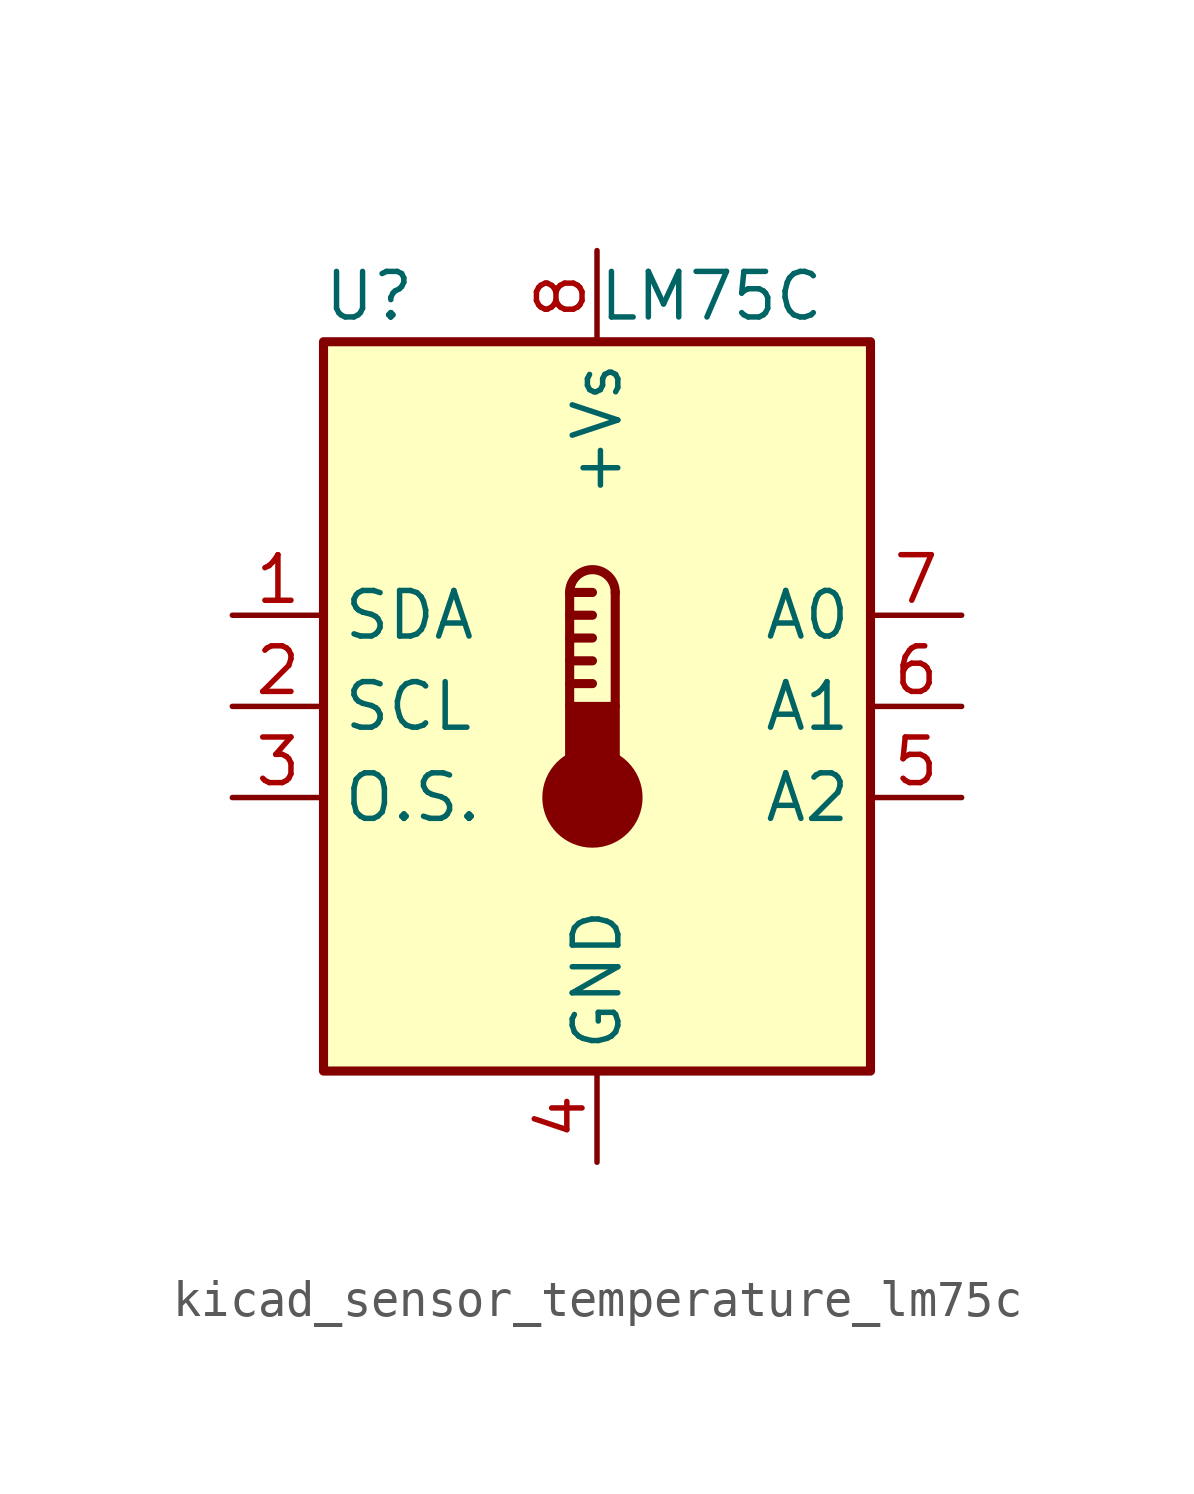
<source format=kicad_sym>
(kicad_symbol_lib
  (version 20220914)
  (generator kicad_symbol_editor)
  (symbol "kicad_sensor_temperature_lm75c"
    (property "Reference" "U"
      (at -6.35 11.43 0)
      (effects (font (size 1.27 1.27))))
    (property "Value" "LM75C"
      (at 0 11.43 0)
      (effects (font (size 1.27 1.27)) (justify left)))
    (symbol "kicad_sensor_temperature_lm75c_0_1"
      (rectangle (start -7.62 10.16) (end 7.62 -10.16) (stroke (width 0.254) (type default)) (fill (type background)))
      (circle (center -0.127 -2.54) (radius 1.27) (stroke (width 0.254) (type default)) (fill (type outline)))
      (polyline (pts (xy -0.762 0.635) (xy -0.127 0.635)) (stroke (width 0.254) (type default)) (fill (type none)))
      (polyline (pts (xy -0.762 1.27) (xy -0.127 1.27)) (stroke (width 0.254) (type default)) (fill (type none)))
      (polyline (pts (xy -0.762 1.905) (xy -0.127 1.905)) (stroke (width 0.254) (type default)) (fill (type none)))
      (polyline (pts (xy -0.762 2.54) (xy -0.127 2.54)) (stroke (width 0.254) (type default)) (fill (type none)))
      (polyline (pts (xy -0.762 3.175) (xy -0.762 0)) (stroke (width 0.254) (type default)) (fill (type none)))
      (polyline (pts (xy -0.762 3.175) (xy -0.127 3.175)) (stroke (width 0.254) (type default)) (fill (type none)))
      (polyline (pts (xy 0.508 3.175) (xy 0.508 0)) (stroke (width 0.254) (type default)) (fill (type none)))
      (rectangle (start 0.508 -1.905) (end -0.762 0) (stroke (width 0.254) (type default)) (fill (type outline)))
      (arc (start 0.508 3.175) (mid -0.127 3.8073) (end -0.762 3.175) (stroke (width 0.254) (type default)) (fill (type none))))
    (symbol "kicad_sensor_temperature_lm75c_1_1"
      (pin bidirectional line (at -10.16 2.54 0) (length 2.54) (name "SDA" (effects (font (size 1.27 1.27)))) (number "1" (effects (font (size 1.27 1.27)))))
      (pin input line (at -10.16 0 0) (length 2.54) (name "SCL" (effects (font (size 1.27 1.27)))) (number "2" (effects (font (size 1.27 1.27)))))
      (pin open_collector line (at -10.16 -2.54 0) (length 2.54) (name "O.S." (effects (font (size 1.27 1.27)))) (number "3" (effects (font (size 1.27 1.27)))))
      (pin power_in line (at 0 -12.7 90) (length 2.54) (name "GND" (effects (font (size 1.27 1.27)))) (number "4" (effects (font (size 1.27 1.27)))))
      (pin input line (at 10.16 -2.54 180) (length 2.54) (name "A2" (effects (font (size 1.27 1.27)))) (number "5" (effects (font (size 1.27 1.27)))))
      (pin input line (at 10.16 0 180) (length 2.54) (name "A1" (effects (font (size 1.27 1.27)))) (number "6" (effects (font (size 1.27 1.27)))))
      (pin input line (at 10.16 2.54 180) (length 2.54) (name "A0" (effects (font (size 1.27 1.27)))) (number "7" (effects (font (size 1.27 1.27)))))
      (pin power_in line (at 0 12.7 270) (length 2.54) (name "+Vs" (effects (font (size 1.27 1.27)))) (number "8" (effects (font (size 1.27 1.27))))))))
</source>
